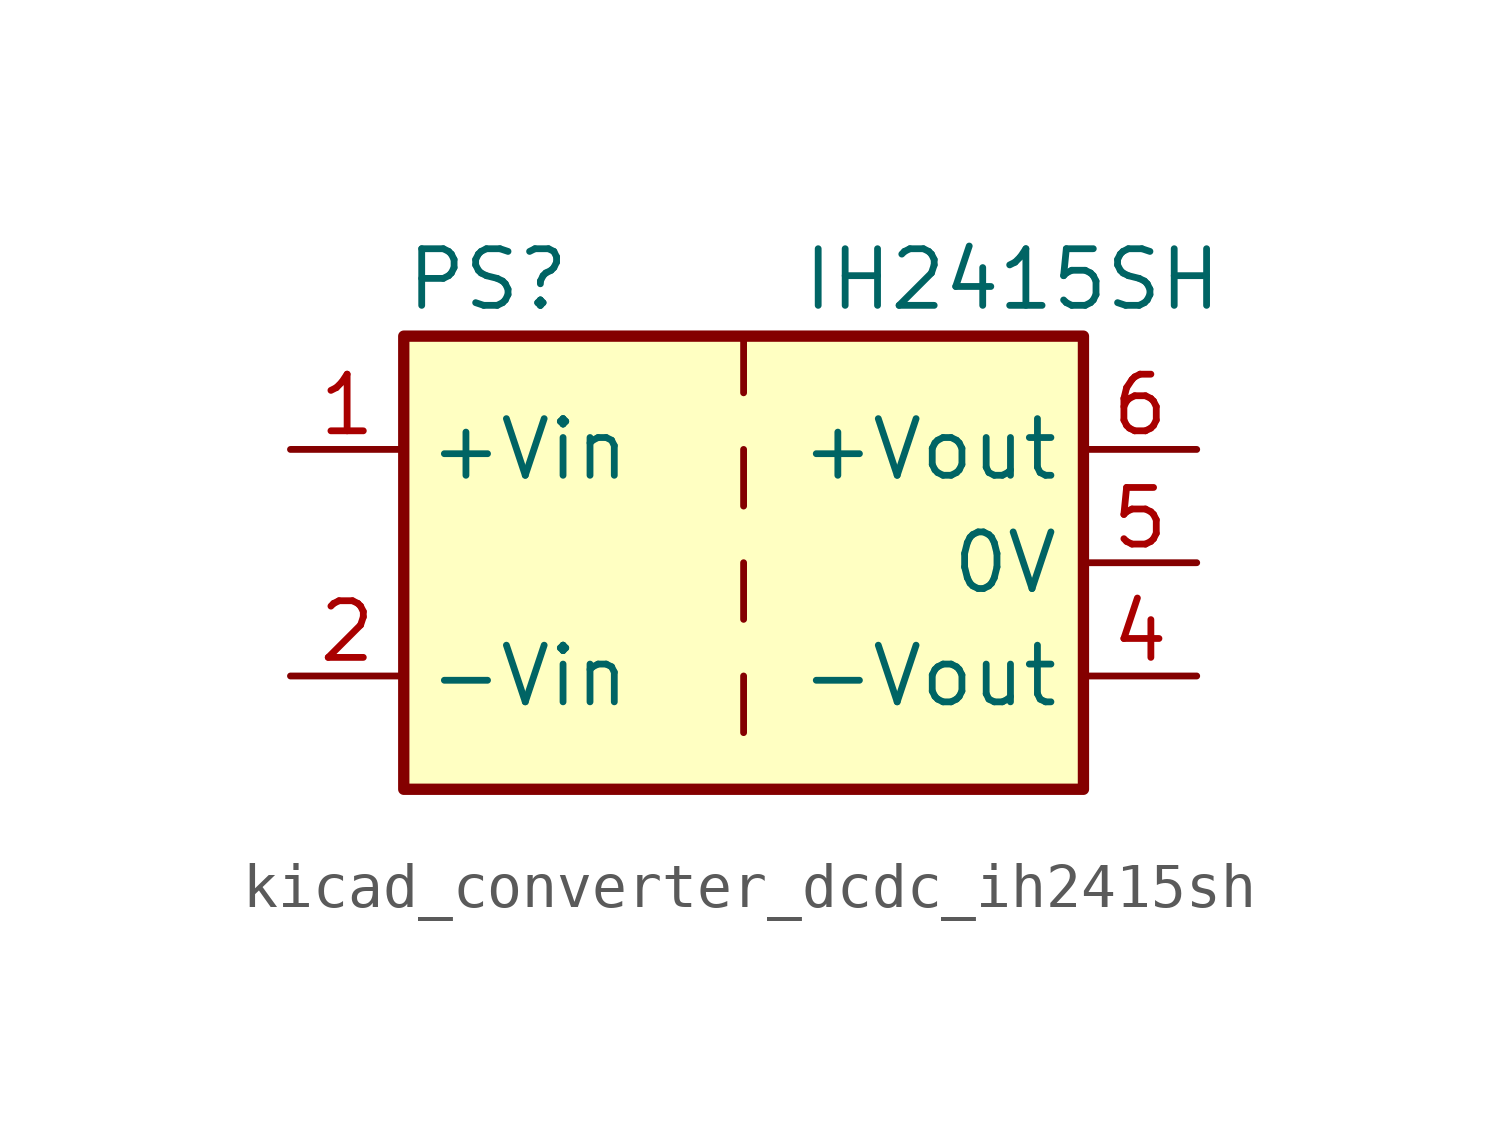
<source format=kicad_sym>
(kicad_symbol_lib
  (version 20220914)
  (generator kicad_symbol_editor)
  (symbol "kicad_converter_dcdc_ih2415sh"
    (property "Reference" "PS"
      (at -7.62 6.35 0)
      (effects (font (size 1.27 1.27)) (justify left)))
    (property "Value" "IH2415SH"
      (at 1.27 6.35 0)
      (effects (font (size 1.27 1.27)) (justify left)))
    (symbol "kicad_converter_dcdc_ih2415sh_0_0"
      (pin power_in line (at -10.16 2.54 0) (length 2.54) (name "+Vin" (effects (font (size 1.27 1.27)))) (number "1" (effects (font (size 1.27 1.27)))))
      (pin power_in line (at -10.16 -2.54 0) (length 2.54) (name "-Vin" (effects (font (size 1.27 1.27)))) (number "2" (effects (font (size 1.27 1.27)))))
      (pin power_out line (at 10.16 -2.54 180) (length 2.54) (name "-Vout" (effects (font (size 1.27 1.27)))) (number "4" (effects (font (size 1.27 1.27)))))
      (pin power_out line (at 10.16 0 180) (length 2.54) (name "0V" (effects (font (size 1.27 1.27)))) (number "5" (effects (font (size 1.27 1.27)))))
      (pin power_out line (at 10.16 2.54 180) (length 2.54) (name "+Vout" (effects (font (size 1.27 1.27)))) (number "6" (effects (font (size 1.27 1.27))))))
    (symbol "kicad_converter_dcdc_ih2415sh_0_1"
      (rectangle (start -7.62 5.08) (end 7.62 -5.08) (stroke (width 0.254) (type default)) (fill (type background)))
      (polyline (pts (xy 0 -2.54) (xy 0 -3.81)) (stroke (width 0) (type default)) (fill (type none)))
      (polyline (pts (xy 0 0) (xy 0 -1.27)) (stroke (width 0) (type default)) (fill (type none)))
      (polyline (pts (xy 0 2.54) (xy 0 1.27)) (stroke (width 0) (type default)) (fill (type none)))
      (polyline (pts (xy 0 5.08) (xy 0 3.81)) (stroke (width 0) (type default)) (fill (type none))))))
</source>
